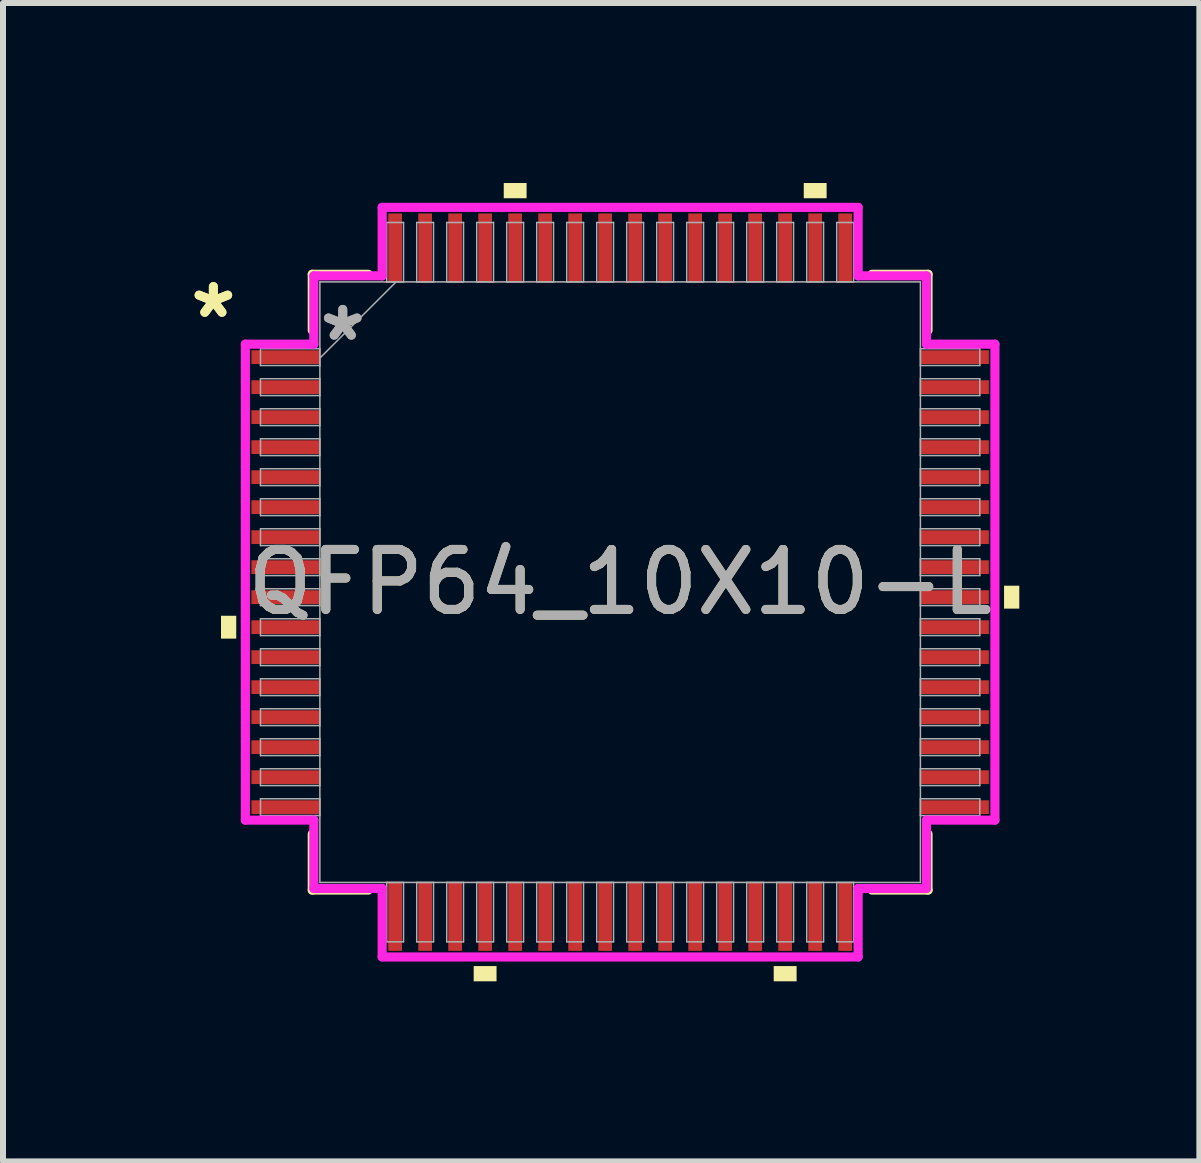
<source format=kicad_pcb>
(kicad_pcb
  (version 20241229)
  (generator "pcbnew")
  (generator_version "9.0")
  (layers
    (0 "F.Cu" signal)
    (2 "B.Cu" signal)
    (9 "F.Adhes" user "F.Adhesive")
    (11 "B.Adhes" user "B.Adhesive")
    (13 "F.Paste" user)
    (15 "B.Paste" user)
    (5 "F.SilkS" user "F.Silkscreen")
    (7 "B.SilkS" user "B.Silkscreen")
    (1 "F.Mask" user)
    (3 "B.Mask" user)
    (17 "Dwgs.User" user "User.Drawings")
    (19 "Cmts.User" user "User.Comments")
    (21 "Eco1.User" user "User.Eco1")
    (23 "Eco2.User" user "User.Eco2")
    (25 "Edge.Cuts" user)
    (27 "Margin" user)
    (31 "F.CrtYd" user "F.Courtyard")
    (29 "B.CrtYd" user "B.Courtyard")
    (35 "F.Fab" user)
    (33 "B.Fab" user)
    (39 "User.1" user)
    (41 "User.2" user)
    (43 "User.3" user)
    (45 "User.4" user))
  (footprint "QFP64_10X10-L"
    (layer "F.Cu")
    (at 7.285 6.652)
    (property "Reference" "QFP64_10X10-L" (at 0 0 0) (unlocked yes) (layer "F.SilkS") (effects (font (size 1 1) (thickness 0.15))))
    (attr smd)
    (fp_line (start -5.131 -5.131) (end -5.131 -4.197) (stroke (width 0.152) (type solid)) (layer "F.SilkS"))
    (fp_line (start -5.131 4.197) (end -5.131 5.131) (stroke (width 0.152) (type solid)) (layer "F.SilkS"))
    (fp_line (start -5.131 5.131) (end -4.197 5.131) (stroke (width 0.152) (type solid)) (layer "F.SilkS"))
    (fp_line (start -4.197 -5.131) (end -5.131 -5.131) (stroke (width 0.152) (type solid)) (layer "F.SilkS"))
    (fp_line (start 4.197 5.131) (end 5.131 5.131) (stroke (width 0.152) (type solid)) (layer "F.SilkS"))
    (fp_line (start 5.131 -5.131) (end 4.197 -5.131) (stroke (width 0.152) (type solid)) (layer "F.SilkS"))
    (fp_line (start 5.131 -4.197) (end 5.131 -5.131) (stroke (width 0.152) (type solid)) (layer "F.SilkS"))
    (fp_line (start 5.131 5.131) (end 5.131 4.197) (stroke (width 0.152) (type solid)) (layer "F.SilkS"))
    (fp_poly (pts (xy -6.652 0.56) (xy -6.652 0.941) (xy -6.398 0.941) (xy -6.398 0.56)) (stroke (width 0) (type solid)) (fill yes) (layer "F.SilkS"))
    (fp_poly (pts (xy -2.441 6.398) (xy -2.441 6.652) (xy -2.06 6.652) (xy -2.06 6.398)) (stroke (width 0) (type solid)) (fill yes) (layer "F.SilkS"))
    (fp_poly (pts (xy -1.94 -6.398) (xy -1.94 -6.652) (xy -1.559 -6.652) (xy -1.559 -6.398)) (stroke (width 0) (type solid)) (fill yes) (layer "F.SilkS"))
    (fp_poly (pts (xy 2.559 6.398) (xy 2.559 6.652) (xy 2.941 6.652) (xy 2.941 6.398)) (stroke (width 0) (type solid)) (fill yes) (layer "F.SilkS"))
    (fp_poly (pts (xy 3.06 -6.398) (xy 3.06 -6.652) (xy 3.441 -6.652) (xy 3.441 -6.398)) (stroke (width 0) (type solid)) (fill yes) (layer "F.SilkS"))
    (fp_poly (pts (xy 6.652 0.059) (xy 6.652 0.441) (xy 6.398 0.441) (xy 6.398 0.059)) (stroke (width 0) (type solid)) (fill yes) (layer "F.SilkS"))
    (fp_line (start -6.246 -3.966) (end -5.105 -3.966) (stroke (width 0.152) (type solid)) (layer "F.CrtYd"))
    (fp_line (start -6.246 3.966) (end -6.246 -3.966) (stroke (width 0.152) (type solid)) (layer "F.CrtYd"))
    (fp_line (start -5.105 -5.105) (end -3.966 -5.105) (stroke (width 0.152) (type solid)) (layer "F.CrtYd"))
    (fp_line (start -5.105 -3.966) (end -5.105 -5.105) (stroke (width 0.152) (type solid)) (layer "F.CrtYd"))
    (fp_line (start -5.105 3.966) (end -6.246 3.966) (stroke (width 0.152) (type solid)) (layer "F.CrtYd"))
    (fp_line (start -5.105 5.105) (end -5.105 3.966) (stroke (width 0.152) (type solid)) (layer "F.CrtYd"))
    (fp_line (start -5.105 5.105) (end -3.966 5.105) (stroke (width 0.152) (type solid)) (layer "F.CrtYd"))
    (fp_line (start -3.966 -6.246) (end 3.966 -6.246) (stroke (width 0.152) (type solid)) (layer "F.CrtYd"))
    (fp_line (start -3.966 -5.105) (end -3.966 -6.246) (stroke (width 0.152) (type solid)) (layer "F.CrtYd"))
    (fp_line (start -3.966 5.105) (end -3.966 6.246) (stroke (width 0.152) (type solid)) (layer "F.CrtYd"))
    (fp_line (start -3.966 6.246) (end 3.966 6.246) (stroke (width 0.152) (type solid)) (layer "F.CrtYd"))
    (fp_line (start 3.966 -6.246) (end 3.966 -5.105) (stroke (width 0.152) (type solid)) (layer "F.CrtYd"))
    (fp_line (start 3.966 -5.105) (end 5.105 -5.105) (stroke (width 0.152) (type solid)) (layer "F.CrtYd"))
    (fp_line (start 3.966 5.105) (end 5.105 5.105) (stroke (width 0.152) (type solid)) (layer "F.CrtYd"))
    (fp_line (start 3.966 6.246) (end 3.966 5.105) (stroke (width 0.152) (type solid)) (layer "F.CrtYd"))
    (fp_line (start 5.105 -3.966) (end 5.105 -5.105) (stroke (width 0.152) (type solid)) (layer "F.CrtYd"))
    (fp_line (start 5.105 3.966) (end 6.246 3.966) (stroke (width 0.152) (type solid)) (layer "F.CrtYd"))
    (fp_line (start 5.105 5.105) (end 5.105 3.966) (stroke (width 0.152) (type solid)) (layer "F.CrtYd"))
    (fp_line (start 6.246 -3.966) (end 5.105 -3.966) (stroke (width 0.152) (type solid)) (layer "F.CrtYd"))
    (fp_line (start 6.246 3.966) (end 6.246 -3.966) (stroke (width 0.152) (type solid)) (layer "F.CrtYd"))
    (fp_line (start -5.994 -3.89) (end -5.994 -3.61) (stroke (width 0.025) (type solid)) (layer "F.Fab"))
    (fp_line (start -5.994 -3.61) (end -5.004 -3.61) (stroke (width 0.025) (type solid)) (layer "F.Fab"))
    (fp_line (start -5.994 -3.39) (end -5.994 -3.11) (stroke (width 0.025) (type solid)) (layer "F.Fab"))
    (fp_line (start -5.994 -3.11) (end -5.004 -3.11) (stroke (width 0.025) (type solid)) (layer "F.Fab"))
    (fp_line (start -5.994 -2.89) (end -5.994 -2.61) (stroke (width 0.025) (type solid)) (layer "F.Fab"))
    (fp_line (start -5.994 -2.61) (end -5.004 -2.61) (stroke (width 0.025) (type solid)) (layer "F.Fab"))
    (fp_line (start -5.994 -2.39) (end -5.994 -2.11) (stroke (width 0.025) (type solid)) (layer "F.Fab"))
    (fp_line (start -5.994 -2.11) (end -5.004 -2.11) (stroke (width 0.025) (type solid)) (layer "F.Fab"))
    (fp_line (start -5.994 -1.89) (end -5.994 -1.61) (stroke (width 0.025) (type solid)) (layer "F.Fab"))
    (fp_line (start -5.994 -1.61) (end -5.004 -1.61) (stroke (width 0.025) (type solid)) (layer "F.Fab"))
    (fp_line (start -5.994 -1.39) (end -5.994 -1.11) (stroke (width 0.025) (type solid)) (layer "F.Fab"))
    (fp_line (start -5.994 -1.11) (end -5.004 -1.11) (stroke (width 0.025) (type solid)) (layer "F.Fab"))
    (fp_line (start -5.994 -0.89) (end -5.994 -0.61) (stroke (width 0.025) (type solid)) (layer "F.Fab"))
    (fp_line (start -5.994 -0.61) (end -5.004 -0.61) (stroke (width 0.025) (type solid)) (layer "F.Fab"))
    (fp_line (start -5.994 -0.39) (end -5.994 -0.11) (stroke (width 0.025) (type solid)) (layer "F.Fab"))
    (fp_line (start -5.994 -0.11) (end -5.004 -0.11) (stroke (width 0.025) (type solid)) (layer "F.Fab"))
    (fp_line (start -5.994 0.11) (end -5.994 0.39) (stroke (width 0.025) (type solid)) (layer "F.Fab"))
    (fp_line (start -5.994 0.39) (end -5.004 0.39) (stroke (width 0.025) (type solid)) (layer "F.Fab"))
    (fp_line (start -5.994 0.61) (end -5.994 0.89) (stroke (width 0.025) (type solid)) (layer "F.Fab"))
    (fp_line (start -5.994 0.89) (end -5.004 0.89) (stroke (width 0.025) (type solid)) (layer "F.Fab"))
    (fp_line (start -5.994 1.11) (end -5.994 1.39) (stroke (width 0.025) (type solid)) (layer "F.Fab"))
    (fp_line (start -5.994 1.39) (end -5.004 1.39) (stroke (width 0.025) (type solid)) (layer "F.Fab"))
    (fp_line (start -5.994 1.61) (end -5.994 1.89) (stroke (width 0.025) (type solid)) (layer "F.Fab"))
    (fp_line (start -5.994 1.89) (end -5.004 1.89) (stroke (width 0.025) (type solid)) (layer "F.Fab"))
    (fp_line (start -5.994 2.11) (end -5.994 2.39) (stroke (width 0.025) (type solid)) (layer "F.Fab"))
    (fp_line (start -5.994 2.39) (end -5.004 2.39) (stroke (width 0.025) (type solid)) (layer "F.Fab"))
    (fp_line (start -5.994 2.61) (end -5.994 2.89) (stroke (width 0.025) (type solid)) (layer "F.Fab"))
    (fp_line (start -5.994 2.89) (end -5.004 2.89) (stroke (width 0.025) (type solid)) (layer "F.Fab"))
    (fp_line (start -5.994 3.11) (end -5.994 3.39) (stroke (width 0.025) (type solid)) (layer "F.Fab"))
    (fp_line (start -5.994 3.39) (end -5.004 3.39) (stroke (width 0.025) (type solid)) (layer "F.Fab"))
    (fp_line (start -5.994 3.61) (end -5.994 3.89) (stroke (width 0.025) (type solid)) (layer "F.Fab"))
    (fp_line (start -5.994 3.89) (end -5.004 3.89) (stroke (width 0.025) (type solid)) (layer "F.Fab"))
    (fp_line (start -5.004 -5.004) (end -5.004 5.004) (stroke (width 0.025) (type solid)) (layer "F.Fab"))
    (fp_line (start -5.004 -3.89) (end -5.994 -3.89) (stroke (width 0.025) (type solid)) (layer "F.Fab"))
    (fp_line (start -5.004 -3.734) (end -3.734 -5.004) (stroke (width 0.025) (type solid)) (layer "F.Fab"))
    (fp_line (start -5.004 -3.61) (end -5.004 -3.89) (stroke (width 0.025) (type solid)) (layer "F.Fab"))
    (fp_line (start -5.004 -3.39) (end -5.994 -3.39) (stroke (width 0.025) (type solid)) (layer "F.Fab"))
    (fp_line (start -5.004 -3.11) (end -5.004 -3.39) (stroke (width 0.025) (type solid)) (layer "F.Fab"))
    (fp_line (start -5.004 -2.89) (end -5.994 -2.89) (stroke (width 0.025) (type solid)) (layer "F.Fab"))
    (fp_line (start -5.004 -2.61) (end -5.004 -2.89) (stroke (width 0.025) (type solid)) (layer "F.Fab"))
    (fp_line (start -5.004 -2.39) (end -5.994 -2.39) (stroke (width 0.025) (type solid)) (layer "F.Fab"))
    (fp_line (start -5.004 -2.11) (end -5.004 -2.39) (stroke (width 0.025) (type solid)) (layer "F.Fab"))
    (fp_line (start -5.004 -1.89) (end -5.994 -1.89) (stroke (width 0.025) (type solid)) (layer "F.Fab"))
    (fp_line (start -5.004 -1.61) (end -5.004 -1.89) (stroke (width 0.025) (type solid)) (layer "F.Fab"))
    (fp_line (start -5.004 -1.39) (end -5.994 -1.39) (stroke (width 0.025) (type solid)) (layer "F.Fab"))
    (fp_line (start -5.004 -1.11) (end -5.004 -1.39) (stroke (width 0.025) (type solid)) (layer "F.Fab"))
    (fp_line (start -5.004 -0.89) (end -5.994 -0.89) (stroke (width 0.025) (type solid)) (layer "F.Fab"))
    (fp_line (start -5.004 -0.61) (end -5.004 -0.89) (stroke (width 0.025) (type solid)) (layer "F.Fab"))
    (fp_line (start -5.004 -0.39) (end -5.994 -0.39) (stroke (width 0.025) (type solid)) (layer "F.Fab"))
    (fp_line (start -5.004 -0.11) (end -5.004 -0.39) (stroke (width 0.025) (type solid)) (layer "F.Fab"))
    (fp_line (start -5.004 0.11) (end -5.994 0.11) (stroke (width 0.025) (type solid)) (layer "F.Fab"))
    (fp_line (start -5.004 0.39) (end -5.004 0.11) (stroke (width 0.025) (type solid)) (layer "F.Fab"))
    (fp_line (start -5.004 0.61) (end -5.994 0.61) (stroke (width 0.025) (type solid)) (layer "F.Fab"))
    (fp_line (start -5.004 0.89) (end -5.004 0.61) (stroke (width 0.025) (type solid)) (layer "F.Fab"))
    (fp_line (start -5.004 1.11) (end -5.994 1.11) (stroke (width 0.025) (type solid)) (layer "F.Fab"))
    (fp_line (start -5.004 1.39) (end -5.004 1.11) (stroke (width 0.025) (type solid)) (layer "F.Fab"))
    (fp_line (start -5.004 1.61) (end -5.994 1.61) (stroke (width 0.025) (type solid)) (layer "F.Fab"))
    (fp_line (start -5.004 1.89) (end -5.004 1.61) (stroke (width 0.025) (type solid)) (layer "F.Fab"))
    (fp_line (start -5.004 2.11) (end -5.994 2.11) (stroke (width 0.025) (type solid)) (layer "F.Fab"))
    (fp_line (start -5.004 2.39) (end -5.004 2.11) (stroke (width 0.025) (type solid)) (layer "F.Fab"))
    (fp_line (start -5.004 2.61) (end -5.994 2.61) (stroke (width 0.025) (type solid)) (layer "F.Fab"))
    (fp_line (start -5.004 2.89) (end -5.004 2.61) (stroke (width 0.025) (type solid)) (layer "F.Fab"))
    (fp_line (start -5.004 3.11) (end -5.994 3.11) (stroke (width 0.025) (type solid)) (layer "F.Fab"))
    (fp_line (start -5.004 3.39) (end -5.004 3.11) (stroke (width 0.025) (type solid)) (layer "F.Fab"))
    (fp_line (start -5.004 3.61) (end -5.994 3.61) (stroke (width 0.025) (type solid)) (layer "F.Fab"))
    (fp_line (start -5.004 3.89) (end -5.004 3.61) (stroke (width 0.025) (type solid)) (layer "F.Fab"))
    (fp_line (start -5.004 5.004) (end 5.004 5.004) (stroke (width 0.025) (type solid)) (layer "F.Fab"))
    (fp_line (start -3.89 -5.994) (end -3.89 -5.004) (stroke (width 0.025) (type solid)) (layer "F.Fab"))
    (fp_line (start -3.89 -5.004) (end -3.61 -5.004) (stroke (width 0.025) (type solid)) (layer "F.Fab"))
    (fp_line (start -3.89 5.004) (end -3.89 5.994) (stroke (width 0.025) (type solid)) (layer "F.Fab"))
    (fp_line (start -3.89 5.994) (end -3.61 5.994) (stroke (width 0.025) (type solid)) (layer "F.Fab"))
    (fp_line (start -3.61 -5.994) (end -3.89 -5.994) (stroke (width 0.025) (type solid)) (layer "F.Fab"))
    (fp_line (start -3.61 -5.004) (end -3.61 -5.994) (stroke (width 0.025) (type solid)) (layer "F.Fab"))
    (fp_line (start -3.61 5.004) (end -3.89 5.004) (stroke (width 0.025) (type solid)) (layer "F.Fab"))
    (fp_line (start -3.61 5.994) (end -3.61 5.004) (stroke (width 0.025) (type solid)) (layer "F.Fab"))
    (fp_line (start -3.39 -5.994) (end -3.39 -5.004) (stroke (width 0.025) (type solid)) (layer "F.Fab"))
    (fp_line (start -3.39 -5.004) (end -3.11 -5.004) (stroke (width 0.025) (type solid)) (layer "F.Fab"))
    (fp_line (start -3.39 5.004) (end -3.39 5.994) (stroke (width 0.025) (type solid)) (layer "F.Fab"))
    (fp_line (start -3.39 5.994) (end -3.11 5.994) (stroke (width 0.025) (type solid)) (layer "F.Fab"))
    (fp_line (start -3.11 -5.994) (end -3.39 -5.994) (stroke (width 0.025) (type solid)) (layer "F.Fab"))
    (fp_line (start -3.11 -5.004) (end -3.11 -5.994) (stroke (width 0.025) (type solid)) (layer "F.Fab"))
    (fp_line (start -3.11 5.004) (end -3.39 5.004) (stroke (width 0.025) (type solid)) (layer "F.Fab"))
    (fp_line (start -3.11 5.994) (end -3.11 5.004) (stroke (width 0.025) (type solid)) (layer "F.Fab"))
    (fp_line (start -2.89 -5.994) (end -2.89 -5.004) (stroke (width 0.025) (type solid)) (layer "F.Fab"))
    (fp_line (start -2.89 -5.004) (end -2.61 -5.004) (stroke (width 0.025) (type solid)) (layer "F.Fab"))
    (fp_line (start -2.89 5.004) (end -2.89 5.994) (stroke (width 0.025) (type solid)) (layer "F.Fab"))
    (fp_line (start -2.89 5.994) (end -2.61 5.994) (stroke (width 0.025) (type solid)) (layer "F.Fab"))
    (fp_line (start -2.61 -5.994) (end -2.89 -5.994) (stroke (width 0.025) (type solid)) (layer "F.Fab"))
    (fp_line (start -2.61 -5.004) (end -2.61 -5.994) (stroke (width 0.025) (type solid)) (layer "F.Fab"))
    (fp_line (start -2.61 5.004) (end -2.89 5.004) (stroke (width 0.025) (type solid)) (layer "F.Fab"))
    (fp_line (start -2.61 5.994) (end -2.61 5.004) (stroke (width 0.025) (type solid)) (layer "F.Fab"))
    (fp_line (start -2.39 -5.994) (end -2.39 -5.004) (stroke (width 0.025) (type solid)) (layer "F.Fab"))
    (fp_line (start -2.39 -5.004) (end -2.11 -5.004) (stroke (width 0.025) (type solid)) (layer "F.Fab"))
    (fp_line (start -2.39 5.004) (end -2.39 5.994) (stroke (width 0.025) (type solid)) (layer "F.Fab"))
    (fp_line (start -2.39 5.994) (end -2.11 5.994) (stroke (width 0.025) (type solid)) (layer "F.Fab"))
    (fp_line (start -2.11 -5.994) (end -2.39 -5.994) (stroke (width 0.025) (type solid)) (layer "F.Fab"))
    (fp_line (start -2.11 -5.004) (end -2.11 -5.994) (stroke (width 0.025) (type solid)) (layer "F.Fab"))
    (fp_line (start -2.11 5.004) (end -2.39 5.004) (stroke (width 0.025) (type solid)) (layer "F.Fab"))
    (fp_line (start -2.11 5.994) (end -2.11 5.004) (stroke (width 0.025) (type solid)) (layer "F.Fab"))
    (fp_line (start -1.89 -5.994) (end -1.89 -5.004) (stroke (width 0.025) (type solid)) (layer "F.Fab"))
    (fp_line (start -1.89 -5.004) (end -1.61 -5.004) (stroke (width 0.025) (type solid)) (layer "F.Fab"))
    (fp_line (start -1.89 5.004) (end -1.89 5.994) (stroke (width 0.025) (type solid)) (layer "F.Fab"))
    (fp_line (start -1.89 5.994) (end -1.61 5.994) (stroke (width 0.025) (type solid)) (layer "F.Fab"))
    (fp_line (start -1.61 -5.994) (end -1.89 -5.994) (stroke (width 0.025) (type solid)) (layer "F.Fab"))
    (fp_line (start -1.61 -5.004) (end -1.61 -5.994) (stroke (width 0.025) (type solid)) (layer "F.Fab"))
    (fp_line (start -1.61 5.004) (end -1.89 5.004) (stroke (width 0.025) (type solid)) (layer "F.Fab"))
    (fp_line (start -1.61 5.994) (end -1.61 5.004) (stroke (width 0.025) (type solid)) (layer "F.Fab"))
    (fp_line (start -1.39 -5.994) (end -1.39 -5.004) (stroke (width 0.025) (type solid)) (layer "F.Fab"))
    (fp_line (start -1.39 -5.004) (end -1.11 -5.004) (stroke (width 0.025) (type solid)) (layer "F.Fab"))
    (fp_line (start -1.39 5.004) (end -1.39 5.994) (stroke (width 0.025) (type solid)) (layer "F.Fab"))
    (fp_line (start -1.39 5.994) (end -1.11 5.994) (stroke (width 0.025) (type solid)) (layer "F.Fab"))
    (fp_line (start -1.11 -5.994) (end -1.39 -5.994) (stroke (width 0.025) (type solid)) (layer "F.Fab"))
    (fp_line (start -1.11 -5.004) (end -1.11 -5.994) (stroke (width 0.025) (type solid)) (layer "F.Fab"))
    (fp_line (start -1.11 5.004) (end -1.39 5.004) (stroke (width 0.025) (type solid)) (layer "F.Fab"))
    (fp_line (start -1.11 5.994) (end -1.11 5.004) (stroke (width 0.025) (type solid)) (layer "F.Fab"))
    (fp_line (start -0.89 -5.994) (end -0.89 -5.004) (stroke (width 0.025) (type solid)) (layer "F.Fab"))
    (fp_line (start -0.89 -5.004) (end -0.61 -5.004) (stroke (width 0.025) (type solid)) (layer "F.Fab"))
    (fp_line (start -0.89 5.004) (end -0.89 5.994) (stroke (width 0.025) (type solid)) (layer "F.Fab"))
    (fp_line (start -0.89 5.994) (end -0.61 5.994) (stroke (width 0.025) (type solid)) (layer "F.Fab"))
    (fp_line (start -0.61 -5.994) (end -0.89 -5.994) (stroke (width 0.025) (type solid)) (layer "F.Fab"))
    (fp_line (start -0.61 -5.004) (end -0.61 -5.994) (stroke (width 0.025) (type solid)) (layer "F.Fab"))
    (fp_line (start -0.61 5.004) (end -0.89 5.004) (stroke (width 0.025) (type solid)) (layer "F.Fab"))
    (fp_line (start -0.61 5.994) (end -0.61 5.004) (stroke (width 0.025) (type solid)) (layer "F.Fab"))
    (fp_line (start -0.39 -5.994) (end -0.39 -5.004) (stroke (width 0.025) (type solid)) (layer "F.Fab"))
    (fp_line (start -0.39 -5.004) (end -0.11 -5.004) (stroke (width 0.025) (type solid)) (layer "F.Fab"))
    (fp_line (start -0.39 5.004) (end -0.39 5.994) (stroke (width 0.025) (type solid)) (layer "F.Fab"))
    (fp_line (start -0.39 5.994) (end -0.11 5.994) (stroke (width 0.025) (type solid)) (layer "F.Fab"))
    (fp_line (start -0.11 -5.994) (end -0.39 -5.994) (stroke (width 0.025) (type solid)) (layer "F.Fab"))
    (fp_line (start -0.11 -5.004) (end -0.11 -5.994) (stroke (width 0.025) (type solid)) (layer "F.Fab"))
    (fp_line (start -0.11 5.004) (end -0.39 5.004) (stroke (width 0.025) (type solid)) (layer "F.Fab"))
    (fp_line (start -0.11 5.994) (end -0.11 5.004) (stroke (width 0.025) (type solid)) (layer "F.Fab"))
    (fp_line (start 0.11 -5.994) (end 0.11 -5.004) (stroke (width 0.025) (type solid)) (layer "F.Fab"))
    (fp_line (start 0.11 -5.004) (end 0.39 -5.004) (stroke (width 0.025) (type solid)) (layer "F.Fab"))
    (fp_line (start 0.11 5.004) (end 0.11 5.994) (stroke (width 0.025) (type solid)) (layer "F.Fab"))
    (fp_line (start 0.11 5.994) (end 0.39 5.994) (stroke (width 0.025) (type solid)) (layer "F.Fab"))
    (fp_line (start 0.39 -5.994) (end 0.11 -5.994) (stroke (width 0.025) (type solid)) (layer "F.Fab"))
    (fp_line (start 0.39 -5.004) (end 0.39 -5.994) (stroke (width 0.025) (type solid)) (layer "F.Fab"))
    (fp_line (start 0.39 5.004) (end 0.11 5.004) (stroke (width 0.025) (type solid)) (layer "F.Fab"))
    (fp_line (start 0.39 5.994) (end 0.39 5.004) (stroke (width 0.025) (type solid)) (layer "F.Fab"))
    (fp_line (start 0.61 -5.994) (end 0.61 -5.004) (stroke (width 0.025) (type solid)) (layer "F.Fab"))
    (fp_line (start 0.61 -5.004) (end 0.89 -5.004) (stroke (width 0.025) (type solid)) (layer "F.Fab"))
    (fp_line (start 0.61 5.004) (end 0.61 5.994) (stroke (width 0.025) (type solid)) (layer "F.Fab"))
    (fp_line (start 0.61 5.994) (end 0.89 5.994) (stroke (width 0.025) (type solid)) (layer "F.Fab"))
    (fp_line (start 0.89 -5.994) (end 0.61 -5.994) (stroke (width 0.025) (type solid)) (layer "F.Fab"))
    (fp_line (start 0.89 -5.004) (end 0.89 -5.994) (stroke (width 0.025) (type solid)) (layer "F.Fab"))
    (fp_line (start 0.89 5.004) (end 0.61 5.004) (stroke (width 0.025) (type solid)) (layer "F.Fab"))
    (fp_line (start 0.89 5.994) (end 0.89 5.004) (stroke (width 0.025) (type solid)) (layer "F.Fab"))
    (fp_line (start 1.11 -5.994) (end 1.11 -5.004) (stroke (width 0.025) (type solid)) (layer "F.Fab"))
    (fp_line (start 1.11 -5.004) (end 1.39 -5.004) (stroke (width 0.025) (type solid)) (layer "F.Fab"))
    (fp_line (start 1.11 5.004) (end 1.11 5.994) (stroke (width 0.025) (type solid)) (layer "F.Fab"))
    (fp_line (start 1.11 5.994) (end 1.39 5.994) (stroke (width 0.025) (type solid)) (layer "F.Fab"))
    (fp_line (start 1.39 -5.994) (end 1.11 -5.994) (stroke (width 0.025) (type solid)) (layer "F.Fab"))
    (fp_line (start 1.39 -5.004) (end 1.39 -5.994) (stroke (width 0.025) (type solid)) (layer "F.Fab"))
    (fp_line (start 1.39 5.004) (end 1.11 5.004) (stroke (width 0.025) (type solid)) (layer "F.Fab"))
    (fp_line (start 1.39 5.994) (end 1.39 5.004) (stroke (width 0.025) (type solid)) (layer "F.Fab"))
    (fp_line (start 1.61 -5.994) (end 1.61 -5.004) (stroke (width 0.025) (type solid)) (layer "F.Fab"))
    (fp_line (start 1.61 -5.004) (end 1.89 -5.004) (stroke (width 0.025) (type solid)) (layer "F.Fab"))
    (fp_line (start 1.61 5.004) (end 1.61 5.994) (stroke (width 0.025) (type solid)) (layer "F.Fab"))
    (fp_line (start 1.61 5.994) (end 1.89 5.994) (stroke (width 0.025) (type solid)) (layer "F.Fab"))
    (fp_line (start 1.89 -5.994) (end 1.61 -5.994) (stroke (width 0.025) (type solid)) (layer "F.Fab"))
    (fp_line (start 1.89 -5.004) (end 1.89 -5.994) (stroke (width 0.025) (type solid)) (layer "F.Fab"))
    (fp_line (start 1.89 5.004) (end 1.61 5.004) (stroke (width 0.025) (type solid)) (layer "F.Fab"))
    (fp_line (start 1.89 5.994) (end 1.89 5.004) (stroke (width 0.025) (type solid)) (layer "F.Fab"))
    (fp_line (start 2.11 -5.994) (end 2.11 -5.004) (stroke (width 0.025) (type solid)) (layer "F.Fab"))
    (fp_line (start 2.11 -5.004) (end 2.39 -5.004) (stroke (width 0.025) (type solid)) (layer "F.Fab"))
    (fp_line (start 2.11 5.004) (end 2.11 5.994) (stroke (width 0.025) (type solid)) (layer "F.Fab"))
    (fp_line (start 2.11 5.994) (end 2.39 5.994) (stroke (width 0.025) (type solid)) (layer "F.Fab"))
    (fp_line (start 2.39 -5.994) (end 2.11 -5.994) (stroke (width 0.025) (type solid)) (layer "F.Fab"))
    (fp_line (start 2.39 -5.004) (end 2.39 -5.994) (stroke (width 0.025) (type solid)) (layer "F.Fab"))
    (fp_line (start 2.39 5.004) (end 2.11 5.004) (stroke (width 0.025) (type solid)) (layer "F.Fab"))
    (fp_line (start 2.39 5.994) (end 2.39 5.004) (stroke (width 0.025) (type solid)) (layer "F.Fab"))
    (fp_line (start 2.61 -5.994) (end 2.61 -5.004) (stroke (width 0.025) (type solid)) (layer "F.Fab"))
    (fp_line (start 2.61 -5.004) (end 2.89 -5.004) (stroke (width 0.025) (type solid)) (layer "F.Fab"))
    (fp_line (start 2.61 5.004) (end 2.61 5.994) (stroke (width 0.025) (type solid)) (layer "F.Fab"))
    (fp_line (start 2.61 5.994) (end 2.89 5.994) (stroke (width 0.025) (type solid)) (layer "F.Fab"))
    (fp_line (start 2.89 -5.994) (end 2.61 -5.994) (stroke (width 0.025) (type solid)) (layer "F.Fab"))
    (fp_line (start 2.89 -5.004) (end 2.89 -5.994) (stroke (width 0.025) (type solid)) (layer "F.Fab"))
    (fp_line (start 2.89 5.004) (end 2.61 5.004) (stroke (width 0.025) (type solid)) (layer "F.Fab"))
    (fp_line (start 2.89 5.994) (end 2.89 5.004) (stroke (width 0.025) (type solid)) (layer "F.Fab"))
    (fp_line (start 3.11 -5.994) (end 3.11 -5.004) (stroke (width 0.025) (type solid)) (layer "F.Fab"))
    (fp_line (start 3.11 -5.004) (end 3.39 -5.004) (stroke (width 0.025) (type solid)) (layer "F.Fab"))
    (fp_line (start 3.11 5.004) (end 3.11 5.994) (stroke (width 0.025) (type solid)) (layer "F.Fab"))
    (fp_line (start 3.11 5.994) (end 3.39 5.994) (stroke (width 0.025) (type solid)) (layer "F.Fab"))
    (fp_line (start 3.39 -5.994) (end 3.11 -5.994) (stroke (width 0.025) (type solid)) (layer "F.Fab"))
    (fp_line (start 3.39 -5.004) (end 3.39 -5.994) (stroke (width 0.025) (type solid)) (layer "F.Fab"))
    (fp_line (start 3.39 5.004) (end 3.11 5.004) (stroke (width 0.025) (type solid)) (layer "F.Fab"))
    (fp_line (start 3.39 5.994) (end 3.39 5.004) (stroke (width 0.025) (type solid)) (layer "F.Fab"))
    (fp_line (start 3.61 -5.994) (end 3.61 -5.004) (stroke (width 0.025) (type solid)) (layer "F.Fab"))
    (fp_line (start 3.61 -5.004) (end 3.89 -5.004) (stroke (width 0.025) (type solid)) (layer "F.Fab"))
    (fp_line (start 3.61 5.004) (end 3.61 5.994) (stroke (width 0.025) (type solid)) (layer "F.Fab"))
    (fp_line (start 3.61 5.994) (end 3.89 5.994) (stroke (width 0.025) (type solid)) (layer "F.Fab"))
    (fp_line (start 3.89 -5.994) (end 3.61 -5.994) (stroke (width 0.025) (type solid)) (layer "F.Fab"))
    (fp_line (start 3.89 -5.004) (end 3.89 -5.994) (stroke (width 0.025) (type solid)) (layer "F.Fab"))
    (fp_line (start 3.89 5.004) (end 3.61 5.004) (stroke (width 0.025) (type solid)) (layer "F.Fab"))
    (fp_line (start 3.89 5.994) (end 3.89 5.004) (stroke (width 0.025) (type solid)) (layer "F.Fab"))
    (fp_line (start 5.004 -5.004) (end -5.004 -5.004) (stroke (width 0.025) (type solid)) (layer "F.Fab"))
    (fp_line (start 5.004 -3.89) (end 5.004 -3.61) (stroke (width 0.025) (type solid)) (layer "F.Fab"))
    (fp_line (start 5.004 -3.61) (end 5.994 -3.61) (stroke (width 0.025) (type solid)) (layer "F.Fab"))
    (fp_line (start 5.004 -3.39) (end 5.004 -3.11) (stroke (width 0.025) (type solid)) (layer "F.Fab"))
    (fp_line (start 5.004 -3.11) (end 5.994 -3.11) (stroke (width 0.025) (type solid)) (layer "F.Fab"))
    (fp_line (start 5.004 -2.89) (end 5.004 -2.61) (stroke (width 0.025) (type solid)) (layer "F.Fab"))
    (fp_line (start 5.004 -2.61) (end 5.994 -2.61) (stroke (width 0.025) (type solid)) (layer "F.Fab"))
    (fp_line (start 5.004 -2.39) (end 5.004 -2.11) (stroke (width 0.025) (type solid)) (layer "F.Fab"))
    (fp_line (start 5.004 -2.11) (end 5.994 -2.11) (stroke (width 0.025) (type solid)) (layer "F.Fab"))
    (fp_line (start 5.004 -1.89) (end 5.004 -1.61) (stroke (width 0.025) (type solid)) (layer "F.Fab"))
    (fp_line (start 5.004 -1.61) (end 5.994 -1.61) (stroke (width 0.025) (type solid)) (layer "F.Fab"))
    (fp_line (start 5.004 -1.39) (end 5.004 -1.11) (stroke (width 0.025) (type solid)) (layer "F.Fab"))
    (fp_line (start 5.004 -1.11) (end 5.994 -1.11) (stroke (width 0.025) (type solid)) (layer "F.Fab"))
    (fp_line (start 5.004 -0.89) (end 5.004 -0.61) (stroke (width 0.025) (type solid)) (layer "F.Fab"))
    (fp_line (start 5.004 -0.61) (end 5.994 -0.61) (stroke (width 0.025) (type solid)) (layer "F.Fab"))
    (fp_line (start 5.004 -0.39) (end 5.004 -0.11) (stroke (width 0.025) (type solid)) (layer "F.Fab"))
    (fp_line (start 5.004 -0.11) (end 5.994 -0.11) (stroke (width 0.025) (type solid)) (layer "F.Fab"))
    (fp_line (start 5.004 0.11) (end 5.004 0.39) (stroke (width 0.025) (type solid)) (layer "F.Fab"))
    (fp_line (start 5.004 0.39) (end 5.994 0.39) (stroke (width 0.025) (type solid)) (layer "F.Fab"))
    (fp_line (start 5.004 0.61) (end 5.004 0.89) (stroke (width 0.025) (type solid)) (layer "F.Fab"))
    (fp_line (start 5.004 0.89) (end 5.994 0.89) (stroke (width 0.025) (type solid)) (layer "F.Fab"))
    (fp_line (start 5.004 1.11) (end 5.004 1.39) (stroke (width 0.025) (type solid)) (layer "F.Fab"))
    (fp_line (start 5.004 1.39) (end 5.994 1.39) (stroke (width 0.025) (type solid)) (layer "F.Fab"))
    (fp_line (start 5.004 1.61) (end 5.004 1.89) (stroke (width 0.025) (type solid)) (layer "F.Fab"))
    (fp_line (start 5.004 1.89) (end 5.994 1.89) (stroke (width 0.025) (type solid)) (layer "F.Fab"))
    (fp_line (start 5.004 2.11) (end 5.004 2.39) (stroke (width 0.025) (type solid)) (layer "F.Fab"))
    (fp_line (start 5.004 2.39) (end 5.994 2.39) (stroke (width 0.025) (type solid)) (layer "F.Fab"))
    (fp_line (start 5.004 2.61) (end 5.004 2.89) (stroke (width 0.025) (type solid)) (layer "F.Fab"))
    (fp_line (start 5.004 2.89) (end 5.994 2.89) (stroke (width 0.025) (type solid)) (layer "F.Fab"))
    (fp_line (start 5.004 3.11) (end 5.004 3.39) (stroke (width 0.025) (type solid)) (layer "F.Fab"))
    (fp_line (start 5.004 3.39) (end 5.994 3.39) (stroke (width 0.025) (type solid)) (layer "F.Fab"))
    (fp_line (start 5.004 3.61) (end 5.004 3.89) (stroke (width 0.025) (type solid)) (layer "F.Fab"))
    (fp_line (start 5.004 3.89) (end 5.994 3.89) (stroke (width 0.025) (type solid)) (layer "F.Fab"))
    (fp_line (start 5.004 5.004) (end 5.004 -5.004) (stroke (width 0.025) (type solid)) (layer "F.Fab"))
    (fp_line (start 5.994 -3.89) (end 5.004 -3.89) (stroke (width 0.025) (type solid)) (layer "F.Fab"))
    (fp_line (start 5.994 -3.61) (end 5.994 -3.89) (stroke (width 0.025) (type solid)) (layer "F.Fab"))
    (fp_line (start 5.994 -3.39) (end 5.004 -3.39) (stroke (width 0.025) (type solid)) (layer "F.Fab"))
    (fp_line (start 5.994 -3.11) (end 5.994 -3.39) (stroke (width 0.025) (type solid)) (layer "F.Fab"))
    (fp_line (start 5.994 -2.89) (end 5.004 -2.89) (stroke (width 0.025) (type solid)) (layer "F.Fab"))
    (fp_line (start 5.994 -2.61) (end 5.994 -2.89) (stroke (width 0.025) (type solid)) (layer "F.Fab"))
    (fp_line (start 5.994 -2.39) (end 5.004 -2.39) (stroke (width 0.025) (type solid)) (layer "F.Fab"))
    (fp_line (start 5.994 -2.11) (end 5.994 -2.39) (stroke (width 0.025) (type solid)) (layer "F.Fab"))
    (fp_line (start 5.994 -1.89) (end 5.004 -1.89) (stroke (width 0.025) (type solid)) (layer "F.Fab"))
    (fp_line (start 5.994 -1.61) (end 5.994 -1.89) (stroke (width 0.025) (type solid)) (layer "F.Fab"))
    (fp_line (start 5.994 -1.39) (end 5.004 -1.39) (stroke (width 0.025) (type solid)) (layer "F.Fab"))
    (fp_line (start 5.994 -1.11) (end 5.994 -1.39) (stroke (width 0.025) (type solid)) (layer "F.Fab"))
    (fp_line (start 5.994 -0.89) (end 5.004 -0.89) (stroke (width 0.025) (type solid)) (layer "F.Fab"))
    (fp_line (start 5.994 -0.61) (end 5.994 -0.89) (stroke (width 0.025) (type solid)) (layer "F.Fab"))
    (fp_line (start 5.994 -0.39) (end 5.004 -0.39) (stroke (width 0.025) (type solid)) (layer "F.Fab"))
    (fp_line (start 5.994 -0.11) (end 5.994 -0.39) (stroke (width 0.025) (type solid)) (layer "F.Fab"))
    (fp_line (start 5.994 0.11) (end 5.004 0.11) (stroke (width 0.025) (type solid)) (layer "F.Fab"))
    (fp_line (start 5.994 0.39) (end 5.994 0.11) (stroke (width 0.025) (type solid)) (layer "F.Fab"))
    (fp_line (start 5.994 0.61) (end 5.004 0.61) (stroke (width 0.025) (type solid)) (layer "F.Fab"))
    (fp_line (start 5.994 0.89) (end 5.994 0.61) (stroke (width 0.025) (type solid)) (layer "F.Fab"))
    (fp_line (start 5.994 1.11) (end 5.004 1.11) (stroke (width 0.025) (type solid)) (layer "F.Fab"))
    (fp_line (start 5.994 1.39) (end 5.994 1.11) (stroke (width 0.025) (type solid)) (layer "F.Fab"))
    (fp_line (start 5.994 1.61) (end 5.004 1.61) (stroke (width 0.025) (type solid)) (layer "F.Fab"))
    (fp_line (start 5.994 1.89) (end 5.994 1.61) (stroke (width 0.025) (type solid)) (layer "F.Fab"))
    (fp_line (start 5.994 2.11) (end 5.004 2.11) (stroke (width 0.025) (type solid)) (layer "F.Fab"))
    (fp_line (start 5.994 2.39) (end 5.994 2.11) (stroke (width 0.025) (type solid)) (layer "F.Fab"))
    (fp_line (start 5.994 2.61) (end 5.004 2.61) (stroke (width 0.025) (type solid)) (layer "F.Fab"))
    (fp_line (start 5.994 2.89) (end 5.994 2.61) (stroke (width 0.025) (type solid)) (layer "F.Fab"))
    (fp_line (start 5.994 3.11) (end 5.004 3.11) (stroke (width 0.025) (type solid)) (layer "F.Fab"))
    (fp_line (start 5.994 3.39) (end 5.994 3.11) (stroke (width 0.025) (type solid)) (layer "F.Fab"))
    (fp_line (start 5.994 3.61) (end 5.004 3.61) (stroke (width 0.025) (type solid)) (layer "F.Fab"))
    (fp_line (start 5.994 3.89) (end 5.994 3.61) (stroke (width 0.025) (type solid)) (layer "F.Fab"))
    (fp_text user "*" (at -6.779 -4.381 0) (unlocked yes) (layer "F.SilkS") (effects (font (size 1 1) (thickness 0.15))))
    (fp_text user "*" (at -6.779 -4.381 0) (layer "F.SilkS") (effects (font (size 1 1) (thickness 0.15))))
    (fp_text user "*" (at -4.623 -4 0) (unlocked yes) (layer "F.Fab") (effects (font (size 1 1) (thickness 0.15))))
    (fp_text user "${REFERENCE}" (at 0 0 0) (unlocked yes) (layer "F.Fab") (effects (font (size 1 1) (thickness 0.15))))
    (fp_text user "*" (at -4.623 -4 0) (layer "F.Fab") (effects (font (size 1 1) (thickness 0.15))))
    (pad "1" smd rect (at -5.574 -3.75 90) (size 0.229 1.141) (layers "F.Cu" "F.Mask" "F.Paste"))
    (pad "2" smd rect (at -5.574 -3.25 90) (size 0.229 1.141) (layers "F.Cu" "F.Mask" "F.Paste"))
    (pad "3" smd rect (at -5.574 -2.75 90) (size 0.229 1.141) (layers "F.Cu" "F.Mask" "F.Paste"))
    (pad "4" smd rect (at -5.574 -2.25 90) (size 0.229 1.141) (layers "F.Cu" "F.Mask" "F.Paste"))
    (pad "5" smd rect (at -5.574 -1.75 90) (size 0.229 1.141) (layers "F.Cu" "F.Mask" "F.Paste"))
    (pad "6" smd rect (at -5.574 -1.25 90) (size 0.229 1.141) (layers "F.Cu" "F.Mask" "F.Paste"))
    (pad "7" smd rect (at -5.574 -0.75 90) (size 0.229 1.141) (layers "F.Cu" "F.Mask" "F.Paste"))
    (pad "8" smd rect (at -5.574 -0.25 90) (size 0.229 1.141) (layers "F.Cu" "F.Mask" "F.Paste"))
    (pad "9" smd rect (at -5.574 0.25 90) (size 0.229 1.141) (layers "F.Cu" "F.Mask" "F.Paste"))
    (pad "10" smd rect (at -5.574 0.75 90) (size 0.229 1.141) (layers "F.Cu" "F.Mask" "F.Paste"))
    (pad "11" smd rect (at -5.574 1.25 90) (size 0.229 1.141) (layers "F.Cu" "F.Mask" "F.Paste"))
    (pad "12" smd rect (at -5.574 1.75 90) (size 0.229 1.141) (layers "F.Cu" "F.Mask" "F.Paste"))
    (pad "13" smd rect (at -5.574 2.25 90) (size 0.229 1.141) (layers "F.Cu" "F.Mask" "F.Paste"))
    (pad "14" smd rect (at -5.574 2.75 90) (size 0.229 1.141) (layers "F.Cu" "F.Mask" "F.Paste"))
    (pad "15" smd rect (at -5.574 3.25 90) (size 0.229 1.141) (layers "F.Cu" "F.Mask" "F.Paste"))
    (pad "16" smd rect (at -5.574 3.75 90) (size 0.229 1.141) (layers "F.Cu" "F.Mask" "F.Paste"))
    (pad "17" smd rect (at -3.75 5.574) (size 0.229 1.141) (layers "F.Cu" "F.Mask" "F.Paste"))
    (pad "18" smd rect (at -3.25 5.574) (size 0.229 1.141) (layers "F.Cu" "F.Mask" "F.Paste"))
    (pad "19" smd rect (at -2.75 5.574) (size 0.229 1.141) (layers "F.Cu" "F.Mask" "F.Paste"))
    (pad "20" smd rect (at -2.25 5.574) (size 0.229 1.141) (layers "F.Cu" "F.Mask" "F.Paste"))
    (pad "21" smd rect (at -1.75 5.574) (size 0.229 1.141) (layers "F.Cu" "F.Mask" "F.Paste"))
    (pad "22" smd rect (at -1.25 5.574) (size 0.229 1.141) (layers "F.Cu" "F.Mask" "F.Paste"))
    (pad "23" smd rect (at -0.75 5.574) (size 0.229 1.141) (layers "F.Cu" "F.Mask" "F.Paste"))
    (pad "24" smd rect (at -0.25 5.574) (size 0.229 1.141) (layers "F.Cu" "F.Mask" "F.Paste"))
    (pad "25" smd rect (at 0.25 5.574) (size 0.229 1.141) (layers "F.Cu" "F.Mask" "F.Paste"))
    (pad "26" smd rect (at 0.75 5.574) (size 0.229 1.141) (layers "F.Cu" "F.Mask" "F.Paste"))
    (pad "27" smd rect (at 1.25 5.574) (size 0.229 1.141) (layers "F.Cu" "F.Mask" "F.Paste"))
    (pad "28" smd rect (at 1.75 5.574) (size 0.229 1.141) (layers "F.Cu" "F.Mask" "F.Paste"))
    (pad "29" smd rect (at 2.25 5.574) (size 0.229 1.141) (layers "F.Cu" "F.Mask" "F.Paste"))
    (pad "30" smd rect (at 2.75 5.574) (size 0.229 1.141) (layers "F.Cu" "F.Mask" "F.Paste"))
    (pad "31" smd rect (at 3.25 5.574) (size 0.229 1.141) (layers "F.Cu" "F.Mask" "F.Paste"))
    (pad "32" smd rect (at 3.75 5.574) (size 0.229 1.141) (layers "F.Cu" "F.Mask" "F.Paste"))
    (pad "33" smd rect (at 5.574 3.75 90) (size 0.229 1.141) (layers "F.Cu" "F.Mask" "F.Paste"))
    (pad "34" smd rect (at 5.574 3.25 90) (size 0.229 1.141) (layers "F.Cu" "F.Mask" "F.Paste"))
    (pad "35" smd rect (at 5.574 2.75 90) (size 0.229 1.141) (layers "F.Cu" "F.Mask" "F.Paste"))
    (pad "36" smd rect (at 5.574 2.25 90) (size 0.229 1.141) (layers "F.Cu" "F.Mask" "F.Paste"))
    (pad "37" smd rect (at 5.574 1.75 90) (size 0.229 1.141) (layers "F.Cu" "F.Mask" "F.Paste"))
    (pad "38" smd rect (at 5.574 1.25 90) (size 0.229 1.141) (layers "F.Cu" "F.Mask" "F.Paste"))
    (pad "39" smd rect (at 5.574 0.75 90) (size 0.229 1.141) (layers "F.Cu" "F.Mask" "F.Paste"))
    (pad "40" smd rect (at 5.574 0.25 90) (size 0.229 1.141) (layers "F.Cu" "F.Mask" "F.Paste"))
    (pad "41" smd rect (at 5.574 -0.25 90) (size 0.229 1.141) (layers "F.Cu" "F.Mask" "F.Paste"))
    (pad "42" smd rect (at 5.574 -0.75 90) (size 0.229 1.141) (layers "F.Cu" "F.Mask" "F.Paste"))
    (pad "43" smd rect (at 5.574 -1.25 90) (size 0.229 1.141) (layers "F.Cu" "F.Mask" "F.Paste"))
    (pad "44" smd rect (at 5.574 -1.75 90) (size 0.229 1.141) (layers "F.Cu" "F.Mask" "F.Paste"))
    (pad "45" smd rect (at 5.574 -2.25 90) (size 0.229 1.141) (layers "F.Cu" "F.Mask" "F.Paste"))
    (pad "46" smd rect (at 5.574 -2.75 90) (size 0.229 1.141) (layers "F.Cu" "F.Mask" "F.Paste"))
    (pad "47" smd rect (at 5.574 -3.25 90) (size 0.229 1.141) (layers "F.Cu" "F.Mask" "F.Paste"))
    (pad "48" smd rect (at 5.574 -3.75 90) (size 0.229 1.141) (layers "F.Cu" "F.Mask" "F.Paste"))
    (pad "49" smd rect (at 3.75 -5.574) (size 0.229 1.141) (layers "F.Cu" "F.Mask" "F.Paste"))
    (pad "50" smd rect (at 3.25 -5.574) (size 0.229 1.141) (layers "F.Cu" "F.Mask" "F.Paste"))
    (pad "51" smd rect (at 2.75 -5.574) (size 0.229 1.141) (layers "F.Cu" "F.Mask" "F.Paste"))
    (pad "52" smd rect (at 2.25 -5.574) (size 0.229 1.141) (layers "F.Cu" "F.Mask" "F.Paste"))
    (pad "53" smd rect (at 1.75 -5.574) (size 0.229 1.141) (layers "F.Cu" "F.Mask" "F.Paste"))
    (pad "54" smd rect (at 1.25 -5.574) (size 0.229 1.141) (layers "F.Cu" "F.Mask" "F.Paste"))
    (pad "55" smd rect (at 0.75 -5.574) (size 0.229 1.141) (layers "F.Cu" "F.Mask" "F.Paste"))
    (pad "56" smd rect (at 0.25 -5.574) (size 0.229 1.141) (layers "F.Cu" "F.Mask" "F.Paste"))
    (pad "57" smd rect (at -0.25 -5.574) (size 0.229 1.141) (layers "F.Cu" "F.Mask" "F.Paste"))
    (pad "58" smd rect (at -0.75 -5.574) (size 0.229 1.141) (layers "F.Cu" "F.Mask" "F.Paste"))
    (pad "59" smd rect (at -1.25 -5.574) (size 0.229 1.141) (layers "F.Cu" "F.Mask" "F.Paste"))
    (pad "60" smd rect (at -1.75 -5.574) (size 0.229 1.141) (layers "F.Cu" "F.Mask" "F.Paste"))
    (pad "61" smd rect (at -2.25 -5.574) (size 0.229 1.141) (layers "F.Cu" "F.Mask" "F.Paste"))
    (pad "62" smd rect (at -2.75 -5.574) (size 0.229 1.141) (layers "F.Cu" "F.Mask" "F.Paste"))
    (pad "63" smd rect (at -3.25 -5.574) (size 0.229 1.141) (layers "F.Cu" "F.Mask" "F.Paste"))
    (pad "64" smd rect (at -3.75 -5.574) (size 0.229 1.141) (layers "F.Cu" "F.Mask" "F.Paste")))
  (gr_rect
    (start -3 -3)
    (end 16.938 16.305)
    (stroke (width 0.1) (type default))
    (fill no)
    (layer "Edge.Cuts")))
</source>
